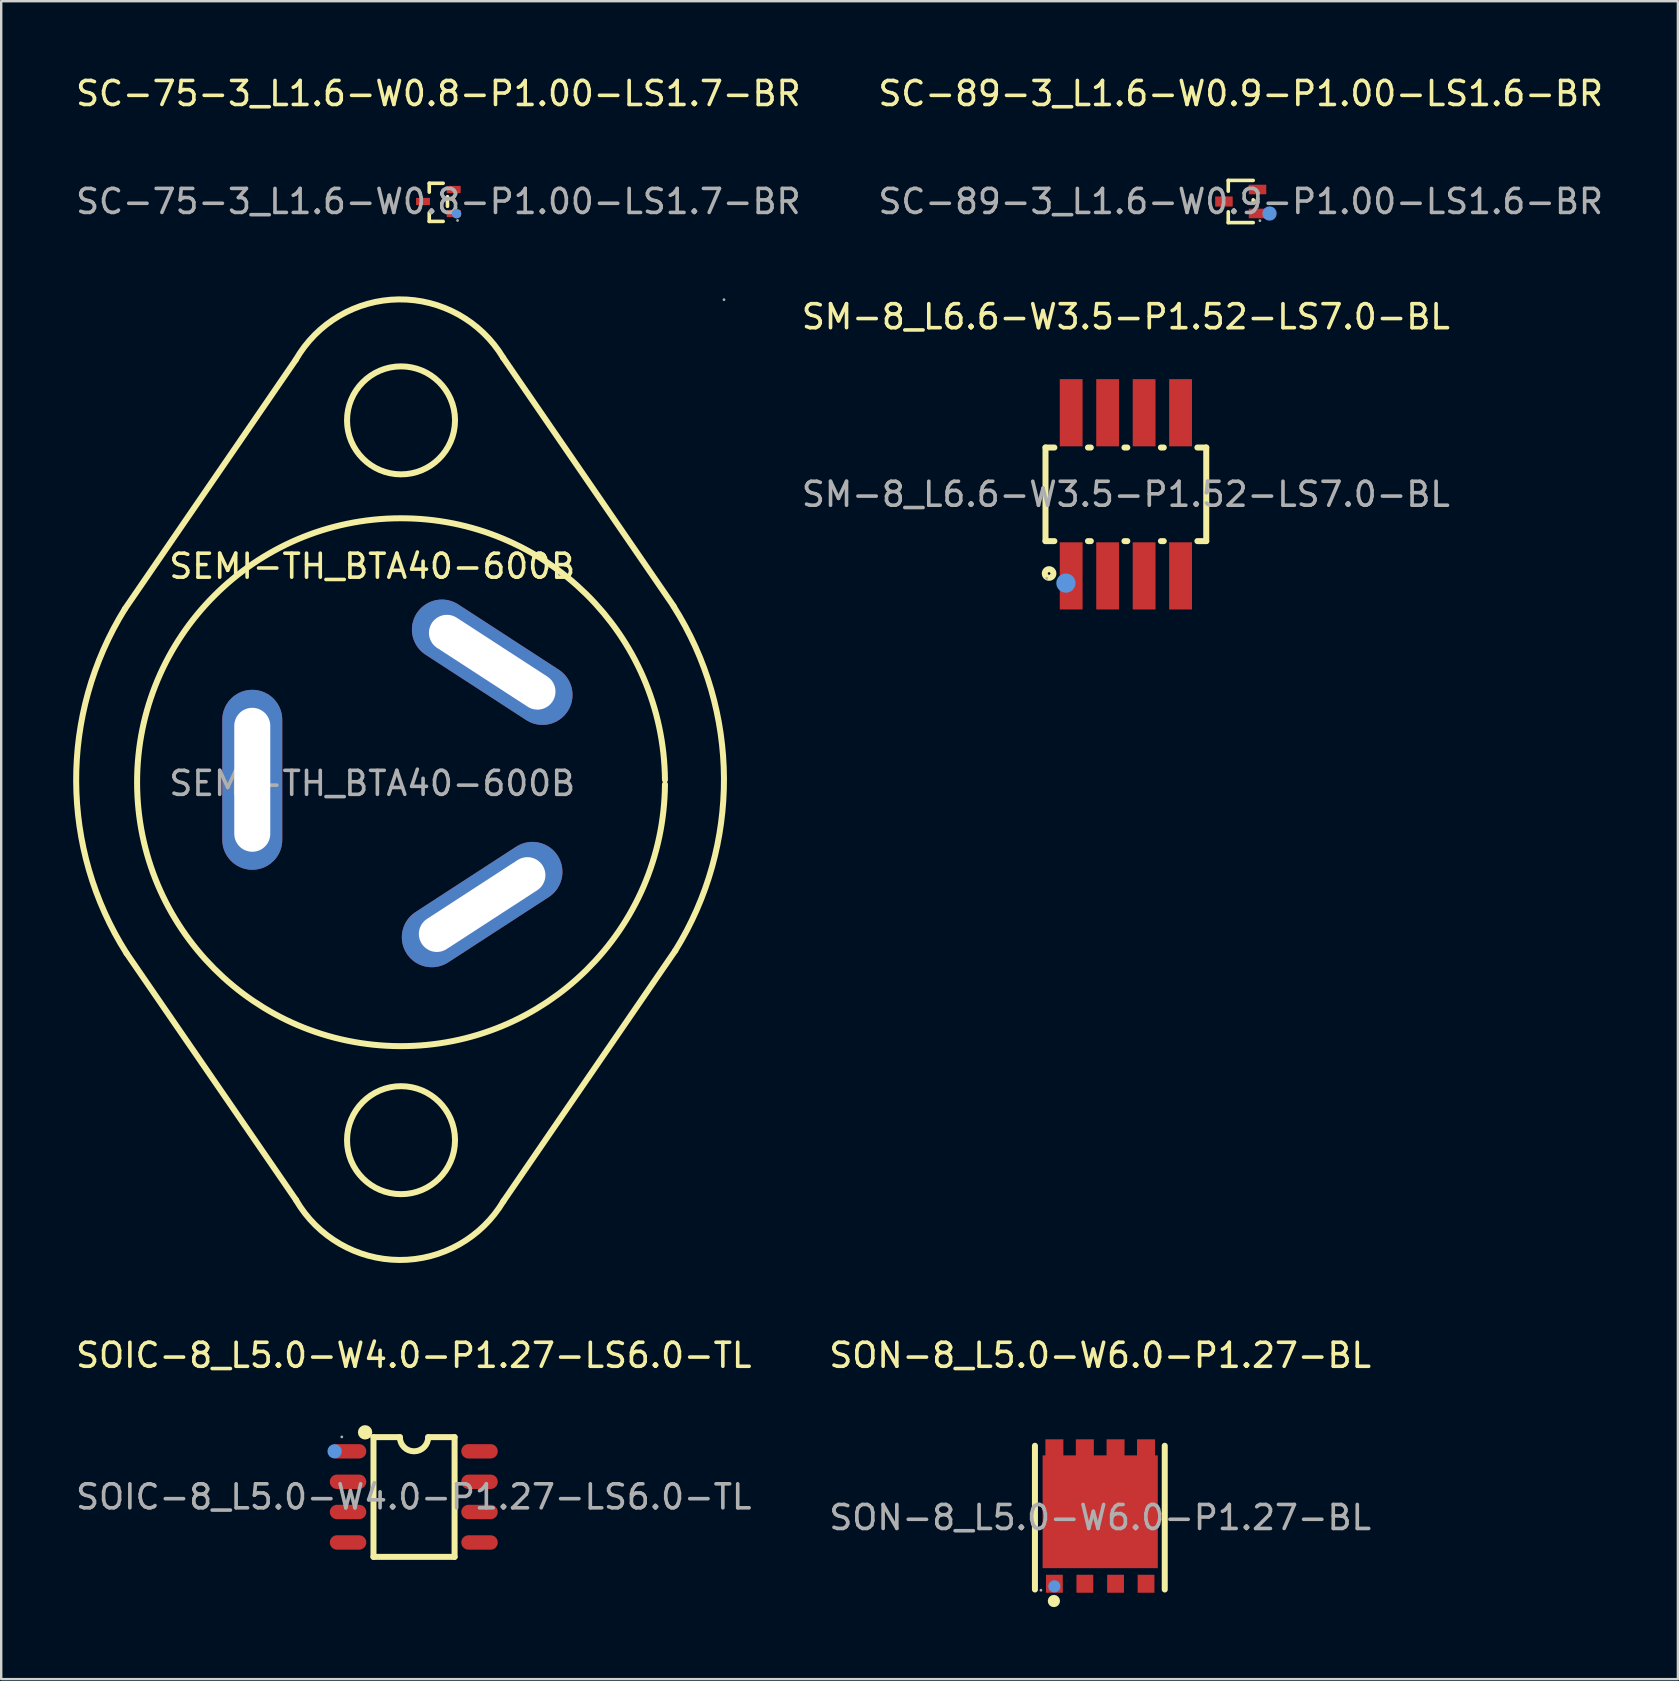
<source format=kicad_pcb>
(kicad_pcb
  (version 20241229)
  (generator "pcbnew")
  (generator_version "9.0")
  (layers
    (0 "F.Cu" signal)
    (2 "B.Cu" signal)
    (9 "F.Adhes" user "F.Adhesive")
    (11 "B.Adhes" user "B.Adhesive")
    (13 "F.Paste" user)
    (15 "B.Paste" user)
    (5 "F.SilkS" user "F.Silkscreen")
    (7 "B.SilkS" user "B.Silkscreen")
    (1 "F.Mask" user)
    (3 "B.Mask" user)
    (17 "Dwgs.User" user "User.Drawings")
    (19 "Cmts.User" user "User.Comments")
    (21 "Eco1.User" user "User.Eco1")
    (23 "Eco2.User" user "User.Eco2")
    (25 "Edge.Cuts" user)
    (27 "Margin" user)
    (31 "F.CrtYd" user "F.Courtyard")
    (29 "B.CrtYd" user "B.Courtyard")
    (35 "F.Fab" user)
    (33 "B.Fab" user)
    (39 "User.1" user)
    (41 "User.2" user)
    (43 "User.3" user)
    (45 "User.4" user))
  (footprint "SEMI-TH_BTA40-600B"
    (layer "F.Cu")
    (at 12.464 29.6)
    (property "Reference" "SEMI-TH_BTA40-600B" (at 0 -9.05 0) (layer "F.SilkS") (effects (font (size 1 1) (thickness 0.15))))
    (attr through_hole)
    (fp_line (start -10.31 -7.27) (end -3.19 -17.65) (stroke (width 0.25) (type solid)) (layer "F.SilkS"))
    (fp_line (start -10.24 7.08) (end -3.17 17.37) (stroke (width 0.25) (type solid)) (layer "F.SilkS"))
    (fp_line (start 5.45 -17.75) (end 12.56 -7.39) (stroke (width 0.25) (type solid)) (layer "F.SilkS"))
    (fp_line (start 5.47 17.41) (end 12.63 6.97) (stroke (width 0.25) (type solid)) (layer "F.SilkS"))
    (fp_arc (start -10.24 7.08) (mid -12.339207 -0.08443) (end -10.309697 -7.268915) (stroke (width 0.25) (type solid)) (layer "F.SilkS"))
    (fp_arc (start -3.19 -17.65) (mid 1.104663 -20.17194) (end 5.453962 -17.745439) (stroke (width 0.25) (type solid)) (layer "F.SilkS"))
    (fp_arc (start 3.45 -15.11) (mid -1.050089 -15.129972) (end 3.449999 -15.150056) (stroke (width 0.25) (type solid)) (layer "F.SilkS"))
    (fp_arc (start 3.45 14.89) (mid -1.050089 14.870028) (end 3.449999 14.849944) (stroke (width 0.25) (type solid)) (layer "F.SilkS"))
    (fp_arc (start 5.47 17.41) (mid 1.135158 19.862892) (end -3.175161 17.367158) (stroke (width 0.25) (type solid)) (layer "F.SilkS"))
    (fp_arc (start 12.2 0.04) (mid -9.800367 -0.044965) (end 12.199913 -0.15007) (stroke (width 0.25) (type solid)) (layer "F.SilkS"))
    (fp_arc (start 12.56 -7.38) (mid 14.659207 -0.21557) (end 12.629697 6.968915) (stroke (width 0.25) (type solid)) (layer "F.SilkS"))
    (fp_circle (center 14.66 -20.16) (end 14.69 -20.16) (stroke (width 0.06) (type solid)) (fill no) (layer "F.Fab"))
    (fp_text user "${REFERENCE}" (at 0 0 0) (layer "F.Fab") (effects (font (size 1 1) (thickness 0.15))))
    (pad "1" thru_hole oval (at 5 -5.05 327) (size 7.5 2.5) (drill oval 6 1.5) (layers "*.Cu" "*.Paste" "*.Mask"))
    (pad "2" thru_hole oval (at -5 -0.15 270) (size 7.5 2.5) (drill oval 6 1.5) (layers "*.Cu" "*.Paste" "*.Mask"))
    (pad "3" thru_hole oval (at 4.58 5.05 33) (size 7.5 2.5) (drill oval 6 1.5) (layers "*.Cu" "*.Paste" "*.Mask")))
  (footprint "SM-8_L6.6-W3.5-P1.52-LS7.0-BL"
    (layer "F.Cu")
    (at 43.874 17.552)
    (property "Reference" "SM-8_L6.6-W3.5-P1.52-LS7.0-BL" (at 0 -7.4 0) (layer "F.SilkS") (effects (font (size 1 1) (thickness 0.15))))
    (attr through_hole)
    (fp_line (start -3.35 -1.95) (end -2.98 -1.95) (stroke (width 0.25) (type solid)) (layer "F.SilkS"))
    (fp_line (start -3.35 1.95) (end -3.35 -1.95) (stroke (width 0.25) (type solid)) (layer "F.SilkS"))
    (fp_line (start -3.35 1.95) (end -2.98 1.95) (stroke (width 0.25) (type solid)) (layer "F.SilkS"))
    (fp_line (start -1.58 -1.95) (end -1.46 -1.95) (stroke (width 0.25) (type solid)) (layer "F.SilkS"))
    (fp_line (start -1.58 1.95) (end -1.46 1.95) (stroke (width 0.25) (type solid)) (layer "F.SilkS"))
    (fp_line (start -0.06 -1.95) (end 0.06 -1.95) (stroke (width 0.25) (type solid)) (layer "F.SilkS"))
    (fp_line (start -0.06 1.95) (end 0.06 1.95) (stroke (width 0.25) (type solid)) (layer "F.SilkS"))
    (fp_line (start 1.46 -1.95) (end 1.58 -1.95) (stroke (width 0.25) (type solid)) (layer "F.SilkS"))
    (fp_line (start 1.46 1.95) (end 1.58 1.95) (stroke (width 0.25) (type solid)) (layer "F.SilkS"))
    (fp_line (start 2.98 -1.95) (end 3.35 -1.95) (stroke (width 0.25) (type solid)) (layer "F.SilkS"))
    (fp_line (start 2.98 1.95) (end 3.35 1.95) (stroke (width 0.25) (type solid)) (layer "F.SilkS"))
    (fp_line (start 3.35 -1.95) (end 3.35 1.95) (stroke (width 0.25) (type solid)) (layer "F.SilkS"))
    (fp_circle (center -3.2 3.3) (end -3.02 3.3) (stroke (width 0.25) (type solid)) (fill no) (layer "F.SilkS"))
    (fp_circle (center -2.5 3.7) (end -2.3 3.7) (stroke (width 0.4) (type solid)) (fill no) (layer "Cmts.User"))
    (fp_circle (center -3.3 3.5) (end -3.27 3.5) (stroke (width 0.06) (type solid)) (fill no) (layer "F.Fab"))
    (fp_text user "${REFERENCE}" (at 0 0 0) (layer "F.Fab") (effects (font (size 1 1) (thickness 0.15))))
    (pad "1" smd rect (at -2.28 3.4 90) (size 2.8 0.95) (layers "F.Cu" "F.Mask" "F.Paste"))
    (pad "2" smd rect (at -0.76 3.4 90) (size 2.8 0.95) (layers "F.Cu" "F.Mask" "F.Paste"))
    (pad "3" smd rect (at 0.76 3.4 90) (size 2.8 0.95) (layers "F.Cu" "F.Mask" "F.Paste"))
    (pad "4" smd rect (at 2.28 3.4 90) (size 2.8 0.95) (layers "F.Cu" "F.Mask" "F.Paste"))
    (pad "5" smd rect (at 2.28 -3.4 90) (size 2.8 0.95) (layers "F.Cu" "F.Mask" "F.Paste"))
    (pad "6" smd rect (at 0.76 -3.4 90) (size 2.8 0.95) (layers "F.Cu" "F.Mask" "F.Paste"))
    (pad "7" smd rect (at -0.76 -3.4 90) (size 2.8 0.95) (layers "F.Cu" "F.Mask" "F.Paste"))
    (pad "8" smd rect (at -2.28 -3.4 90) (size 2.8 0.95) (layers "F.Cu" "F.Mask" "F.Paste")))
  (footprint "SC-89-3_L1.6-W0.9-P1.00-LS1.6-BR"
    (layer "F.Cu")
    (at 48.661 5.348)
    (property "Reference" "SC-89-3_L1.6-W0.9-P1.00-LS1.6-BR" (at 0 -4.5 0) (layer "F.SilkS") (effects (font (size 1 1) (thickness 0.15))))
    (attr through_hole)
    (fp_line (start -0.52 -0.88) (end -0.52 -0.43) (stroke (width 0.15) (type solid)) (layer "F.SilkS"))
    (fp_line (start -0.52 0.88) (end -0.52 0.43) (stroke (width 0.15) (type solid)) (layer "F.SilkS"))
    (fp_line (start 0.52 -0.88) (end -0.52 -0.88) (stroke (width 0.15) (type solid)) (layer "F.SilkS"))
    (fp_line (start 0.52 -0.07) (end 0.52 0.07) (stroke (width 0.15) (type solid)) (layer "F.SilkS"))
    (fp_line (start 0.52 0.88) (end -0.52 0.88) (stroke (width 0.15) (type solid)) (layer "F.SilkS"))
    (fp_circle (center 1.2 0.5) (end 1.35 0.5) (stroke (width 0.3) (type solid)) (fill no) (layer "Cmts.User"))
    (fp_circle (center 0.8 0.8) (end 0.83 0.8) (stroke (width 0.06) (type solid)) (fill no) (layer "F.Fab"))
    (fp_text user "${REFERENCE}" (at 0 0 0) (layer "F.Fab") (effects (font (size 1 1) (thickness 0.15))))
    (pad "1" smd rect (at 0.7 0.5) (size 0.73 0.4) (layers "F.Cu" "F.Mask" "F.Paste"))
    (pad "2" smd rect (at 0.7 -0.5) (size 0.73 0.4) (layers "F.Cu" "F.Mask" "F.Paste"))
    (pad "3" smd rect (at -0.7 0) (size 0.73 0.42) (layers "F.Cu" "F.Mask" "F.Paste")))
  (footprint "SON-8_L5.0-W6.0-P1.27-BL"
    (layer "F.Cu")
    (at 42.804 60.197)
    (property "Reference" "SON-8_L5.0-W6.0-P1.27-BL" (at 0 -6.76 0) (layer "F.SilkS") (effects (font (size 1 1) (thickness 0.15))))
    (attr through_hole)
    (fp_line (start -2.72 3) (end -2.72 -2.99) (stroke (width 0.25) (type solid)) (layer "F.SilkS"))
    (fp_line (start 2.69 -2.99) (end 2.69 3) (stroke (width 0.25) (type solid)) (layer "F.SilkS"))
    (fp_circle (center -1.93 3.48) (end -1.8 3.48) (stroke (width 0.25) (type solid)) (fill no) (layer "F.SilkS"))
    (fp_circle (center -1.91 2.87) (end -1.78 2.87) (stroke (width 0.25) (type solid)) (fill no) (layer "Cmts.User"))
    (fp_circle (center -2.47 3.03) (end -2.44 3.03) (stroke (width 0.06) (type solid)) (fill no) (layer "F.Fab"))
    (fp_text user "${REFERENCE}" (at 0 0 0) (layer "F.Fab") (effects (font (size 1 1) (thickness 0.15))))
    (pad "1" smd rect (at -1.91 2.76 90) (size 0.75 0.7) (layers "F.Cu" "F.Mask" "F.Paste"))
    (pad "2" smd rect (at -0.64 2.76 90) (size 0.75 0.7) (layers "F.Cu" "F.Mask" "F.Paste"))
    (pad "3" smd rect (at 0.64 2.76 90) (size 0.75 0.7) (layers "F.Cu" "F.Mask" "F.Paste"))
    (pad "4" smd rect (at 1.91 2.76 90) (size 0.75 0.7) (layers "F.Cu" "F.Mask" "F.Paste"))
    (pad "5" smd rect (at 1.91 -2.76 270) (size 1 0.75) (layers "F.Cu" "F.Mask" "F.Paste"))
    (pad "6" smd rect (at 0.64 -2.76 270) (size 1 0.75) (layers "F.Cu" "F.Mask" "F.Paste"))
    (pad "7" smd rect (at -0.64 -2.76 270) (size 1 0.75) (layers "F.Cu" "F.Mask" "F.Paste"))
    (pad "8" smd rect (at -1.91 -2.76 270) (size 1 0.75) (layers "F.Cu" "F.Mask" "F.Paste"))
    (pad "9" smd rect (at 0 -0.24 270) (size 4.7 4.8) (layers "F.Cu" "F.Mask" "F.Paste")))
  (footprint "SC-75-3_L1.6-W0.8-P1.00-LS1.7-BR"
    (layer "F.Cu")
    (at 15.22 5.348)
    (property "Reference" "SC-75-3_L1.6-W0.8-P1.00-LS1.7-BR" (at 0 -4.5 0) (layer "F.SilkS") (effects (font (size 1 1) (thickness 0.15))))
    (attr through_hole)
    (fp_line (start -0.38 -0.76) (end -0.38 -0.39) (stroke (width 0.15) (type solid)) (layer "F.SilkS"))
    (fp_line (start -0.38 0.47) (end -0.38 0.83) (stroke (width 0.15) (type solid)) (layer "F.SilkS"))
    (fp_line (start -0.38 0.83) (end 0.2 0.83) (stroke (width 0.15) (type solid)) (layer "F.SilkS"))
    (fp_line (start 0.2 -0.76) (end -0.38 -0.76) (stroke (width 0.15) (type solid)) (layer "F.SilkS"))
    (fp_line (start 0.38 0.2) (end 0.38 -0.2) (stroke (width 0.15) (type solid)) (layer "F.SilkS"))
    (fp_circle (center 0.76 0.51) (end 0.86 0.51) (stroke (width 0.2) (type solid)) (fill no) (layer "Cmts.User"))
    (fp_circle (center 0.8 0.79) (end 0.83 0.79) (stroke (width 0.06) (type solid)) (fill no) (layer "F.Fab"))
    (fp_text user "${REFERENCE}" (at 0 0 0) (layer "F.Fab") (effects (font (size 1 1) (thickness 0.15))))
    (pad "1" smd rect (at 0.64 0.5) (size 0.58 0.3) (layers "F.Cu" "F.Mask" "F.Paste"))
    (pad "2" smd rect (at 0.64 -0.5) (size 0.58 0.3) (layers "F.Cu" "F.Mask" "F.Paste"))
    (pad "3" smd rect (at -0.64 0) (size 0.58 0.3) (layers "F.Cu" "F.Mask" "F.Paste")))
  (footprint "SOIC-8_L5.0-W4.0-P1.27-LS6.0-TL"
    (layer "F.Cu")
    (at 14.196 59.337)
    (property "Reference" "SOIC-8_L5.0-W4.0-P1.27-LS6.0-TL" (at 0 -5.9 0) (layer "F.SilkS") (effects (font (size 1 1) (thickness 0.15))))
    (attr through_hole)
    (fp_line (start -1.68 -2.49) (end -0.58 -2.49) (stroke (width 0.25) (type solid)) (layer "F.SilkS"))
    (fp_line (start -1.68 2.5) (end -1.68 -2.49) (stroke (width 0.25) (type solid)) (layer "F.SilkS"))
    (fp_line (start 0.6 -2.49) (end 1.7 -2.49) (stroke (width 0.25) (type solid)) (layer "F.SilkS"))
    (fp_line (start 1.7 -2.49) (end 1.7 2.5) (stroke (width 0.25) (type solid)) (layer "F.SilkS"))
    (fp_line (start 1.7 2.5) (end -1.68 2.5) (stroke (width 0.25) (type solid)) (layer "F.SilkS"))
    (fp_arc (start -2.03 -2.69) (mid -2.03 -2.69) (end -2.03 -2.69) (stroke (width 0.3) (type solid)) (layer "F.SilkS"))
    (fp_arc (start 0.6 -2.49) (mid 0.01 -1.9) (end -0.58 -2.49) (stroke (width 0.25) (type solid)) (layer "F.SilkS"))
    (fp_circle (center -3.3 -1.9) (end -3.15 -1.9) (stroke (width 0.3) (type solid)) (fill no) (layer "Cmts.User"))
    (fp_circle (center -3 -2.5) (end -2.97 -2.5) (stroke (width 0.06) (type solid)) (fill no) (layer "F.Fab"))
    (fp_text user "${REFERENCE}" (at 0 0 0) (layer "F.Fab") (effects (font (size 1 1) (thickness 0.15))))
    (pad "1" smd oval (at -2.74 -1.9 90) (size 0.6 1.52) (layers "F.Cu" "F.Mask" "F.Paste"))
    (pad "2" smd oval (at -2.74 -0.63 90) (size 0.6 1.52) (layers "F.Cu" "F.Mask" "F.Paste"))
    (pad "3" smd oval (at -2.74 0.63 90) (size 0.6 1.52) (layers "F.Cu" "F.Mask" "F.Paste"))
    (pad "4" smd oval (at -2.74 1.9 90) (size 0.6 1.52) (layers "F.Cu" "F.Mask" "F.Paste"))
    (pad "5" smd oval (at 2.74 1.9 90) (size 0.6 1.52) (layers "F.Cu" "F.Mask" "F.Paste"))
    (pad "6" smd oval (at 2.74 0.63 90) (size 0.6 1.52) (layers "F.Cu" "F.Mask" "F.Paste"))
    (pad "7" smd oval (at 2.74 -0.63 90) (size 0.6 1.52) (layers "F.Cu" "F.Mask" "F.Paste"))
    (pad "8" smd oval (at 2.74 -1.9 90) (size 0.6 1.52) (layers "F.Cu" "F.Mask" "F.Paste")))
  (gr_rect
    (start -3 -3)
    (end 66.881 66.932)
    (stroke (width 0.1) (type default))
    (fill no)
    (layer "Edge.Cuts")))
</source>
